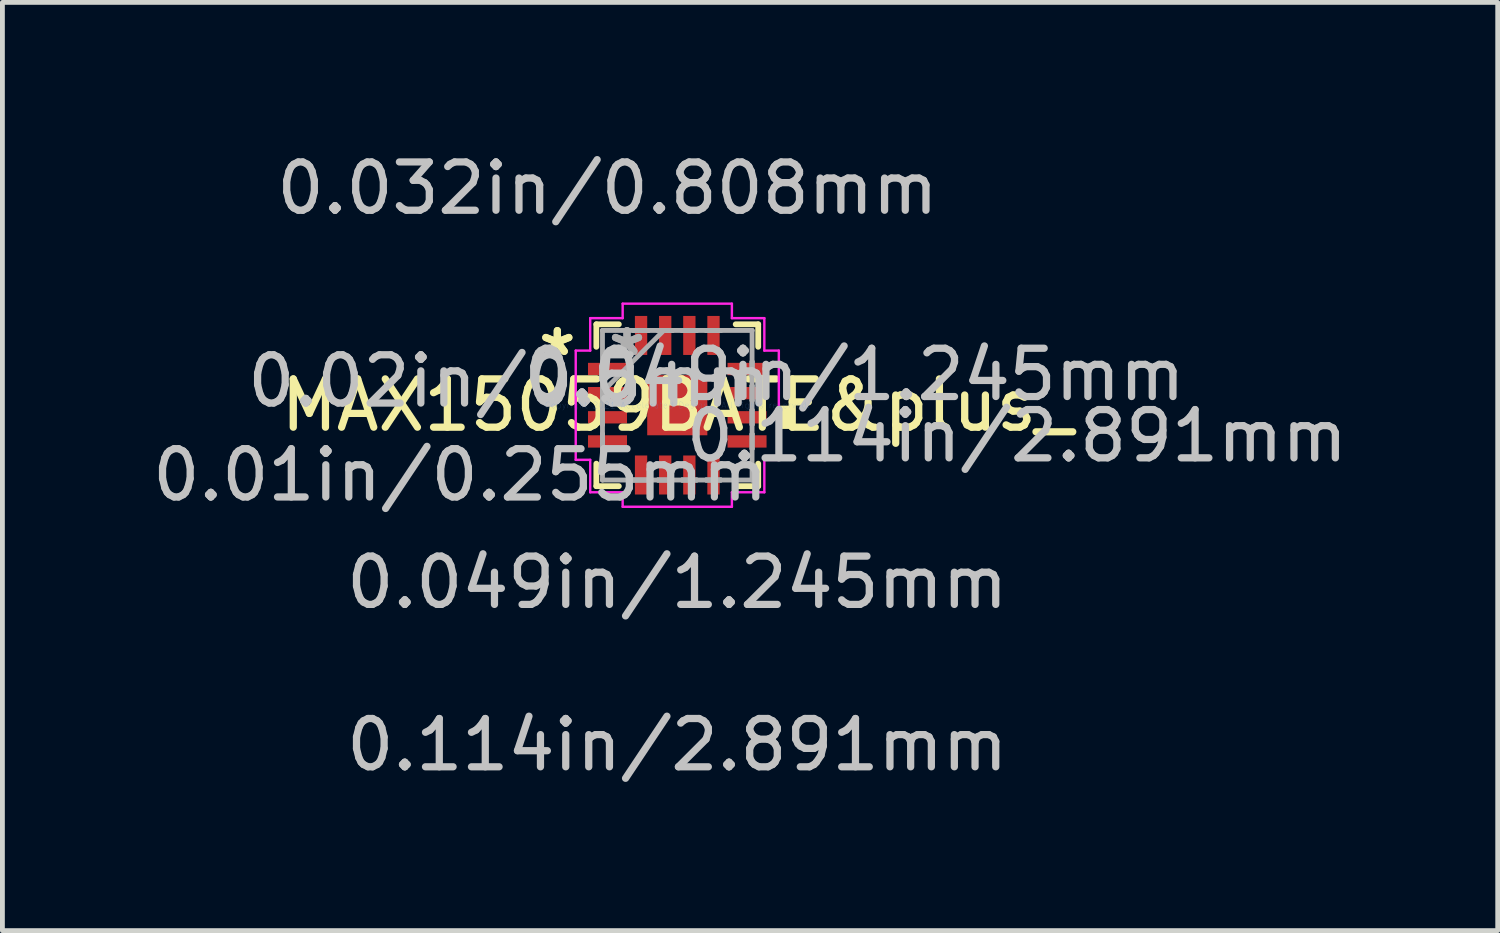
<source format=kicad_pcb>
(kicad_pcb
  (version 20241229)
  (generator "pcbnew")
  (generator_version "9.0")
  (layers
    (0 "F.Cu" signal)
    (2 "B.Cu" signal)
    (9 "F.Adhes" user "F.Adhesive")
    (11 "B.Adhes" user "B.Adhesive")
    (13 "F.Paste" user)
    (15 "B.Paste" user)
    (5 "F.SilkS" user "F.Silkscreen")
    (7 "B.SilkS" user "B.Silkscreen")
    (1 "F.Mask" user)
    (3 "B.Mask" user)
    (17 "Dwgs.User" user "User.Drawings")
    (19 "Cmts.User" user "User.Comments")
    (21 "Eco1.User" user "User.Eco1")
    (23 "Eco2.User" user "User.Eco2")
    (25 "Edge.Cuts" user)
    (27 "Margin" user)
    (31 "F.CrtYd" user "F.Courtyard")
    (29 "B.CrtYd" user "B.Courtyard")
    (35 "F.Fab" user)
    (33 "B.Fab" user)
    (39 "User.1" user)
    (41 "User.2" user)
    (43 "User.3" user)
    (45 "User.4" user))
  (footprint "MAX15059BATE&plus_"
    (layer "F.Cu")
    (at 10.976 5.342)
    (property "Reference" "MAX15059BATE&plus_" (at 0 0 0) (layer "F.SilkS") (effects (font (size 1 1) (thickness 0.15))))
    (attr through_hole)
    (fp_line (start -1.676 -1.676) (end -1.676 -1.21) (stroke (width 0.12) (type solid)) (layer "F.SilkS"))
    (fp_line (start -1.676 1.21) (end -1.676 1.676) (stroke (width 0.12) (type solid)) (layer "F.SilkS"))
    (fp_line (start -1.676 1.676) (end -1.21 1.676) (stroke (width 0.12) (type solid)) (layer "F.SilkS"))
    (fp_line (start -1.21 -1.676) (end -1.676 -1.676) (stroke (width 0.12) (type solid)) (layer "F.SilkS"))
    (fp_line (start 1.21 1.676) (end 1.676 1.676) (stroke (width 0.12) (type solid)) (layer "F.SilkS"))
    (fp_line (start 1.676 -1.676) (end 1.21 -1.676) (stroke (width 0.12) (type solid)) (layer "F.SilkS"))
    (fp_line (start 1.676 -1.21) (end 1.676 -1.676) (stroke (width 0.12) (type solid)) (layer "F.SilkS"))
    (fp_line (start 1.676 1.676) (end 1.676 1.21) (stroke (width 0.12) (type solid)) (layer "F.SilkS"))
    (fp_poly (pts (xy 2.357 0.059) (xy 2.357 0.441) (xy 2.103 0.441) (xy 2.103 0.059)) (stroke (width 0.1) (type solid)) (fill yes) (layer "F.SilkS"))
    (fp_line (start -2.103 -1.131) (end -1.803 -1.131) (stroke (width 0.05) (type solid)) (layer "F.CrtYd"))
    (fp_line (start -2.103 1.131) (end -2.103 -1.131) (stroke (width 0.05) (type solid)) (layer "F.CrtYd"))
    (fp_line (start -1.803 -1.803) (end -1.131 -1.803) (stroke (width 0.05) (type solid)) (layer "F.CrtYd"))
    (fp_line (start -1.803 -1.131) (end -1.803 -1.803) (stroke (width 0.05) (type solid)) (layer "F.CrtYd"))
    (fp_line (start -1.803 1.131) (end -2.103 1.131) (stroke (width 0.05) (type solid)) (layer "F.CrtYd"))
    (fp_line (start -1.803 1.803) (end -1.803 1.131) (stroke (width 0.05) (type solid)) (layer "F.CrtYd"))
    (fp_line (start -1.131 -2.103) (end 1.131 -2.103) (stroke (width 0.05) (type solid)) (layer "F.CrtYd"))
    (fp_line (start -1.131 -1.803) (end -1.131 -2.103) (stroke (width 0.05) (type solid)) (layer "F.CrtYd"))
    (fp_line (start -1.131 1.803) (end -1.803 1.803) (stroke (width 0.05) (type solid)) (layer "F.CrtYd"))
    (fp_line (start -1.131 2.103) (end -1.131 1.803) (stroke (width 0.05) (type solid)) (layer "F.CrtYd"))
    (fp_line (start 1.131 -2.103) (end 1.131 -1.803) (stroke (width 0.05) (type solid)) (layer "F.CrtYd"))
    (fp_line (start 1.131 -1.803) (end 1.803 -1.803) (stroke (width 0.05) (type solid)) (layer "F.CrtYd"))
    (fp_line (start 1.131 1.803) (end 1.131 2.103) (stroke (width 0.05) (type solid)) (layer "F.CrtYd"))
    (fp_line (start 1.131 2.103) (end -1.131 2.103) (stroke (width 0.05) (type solid)) (layer "F.CrtYd"))
    (fp_line (start 1.803 -1.803) (end 1.803 -1.131) (stroke (width 0.05) (type solid)) (layer "F.CrtYd"))
    (fp_line (start 1.803 -1.131) (end 2.103 -1.131) (stroke (width 0.05) (type solid)) (layer "F.CrtYd"))
    (fp_line (start 1.803 1.131) (end 1.803 1.803) (stroke (width 0.05) (type solid)) (layer "F.CrtYd"))
    (fp_line (start 1.803 1.803) (end 1.131 1.803) (stroke (width 0.05) (type solid)) (layer "F.CrtYd"))
    (fp_line (start 2.103 -1.131) (end 2.103 1.131) (stroke (width 0.05) (type solid)) (layer "F.CrtYd"))
    (fp_line (start 2.103 1.131) (end 1.803 1.131) (stroke (width 0.05) (type solid)) (layer "F.CrtYd"))
    (fp_line (start -1.549 -1.549) (end -1.549 -1.549) (stroke (width 0.1) (type solid)) (layer "F.Fab"))
    (fp_line (start -1.549 -1.549) (end -1.549 1.549) (stroke (width 0.1) (type solid)) (layer "F.Fab"))
    (fp_line (start -1.549 -0.902) (end -1.549 -0.902) (stroke (width 0.1) (type solid)) (layer "F.Fab"))
    (fp_line (start -1.549 -0.902) (end -1.549 -0.598) (stroke (width 0.1) (type solid)) (layer "F.Fab"))
    (fp_line (start -1.549 -0.598) (end -1.549 -0.902) (stroke (width 0.1) (type solid)) (layer "F.Fab"))
    (fp_line (start -1.549 -0.598) (end -1.549 -0.598) (stroke (width 0.1) (type solid)) (layer "F.Fab"))
    (fp_line (start -1.549 -0.402) (end -1.549 -0.402) (stroke (width 0.1) (type solid)) (layer "F.Fab"))
    (fp_line (start -1.549 -0.402) (end -1.549 -0.098) (stroke (width 0.1) (type solid)) (layer "F.Fab"))
    (fp_line (start -1.549 -0.279) (end -0.279 -1.549) (stroke (width 0.1) (type solid)) (layer "F.Fab"))
    (fp_line (start -1.549 -0.098) (end -1.549 -0.402) (stroke (width 0.1) (type solid)) (layer "F.Fab"))
    (fp_line (start -1.549 -0.098) (end -1.549 -0.098) (stroke (width 0.1) (type solid)) (layer "F.Fab"))
    (fp_line (start -1.549 0.098) (end -1.549 0.098) (stroke (width 0.1) (type solid)) (layer "F.Fab"))
    (fp_line (start -1.549 0.098) (end -1.549 0.402) (stroke (width 0.1) (type solid)) (layer "F.Fab"))
    (fp_line (start -1.549 0.402) (end -1.549 0.098) (stroke (width 0.1) (type solid)) (layer "F.Fab"))
    (fp_line (start -1.549 0.402) (end -1.549 0.402) (stroke (width 0.1) (type solid)) (layer "F.Fab"))
    (fp_line (start -1.549 0.598) (end -1.549 0.598) (stroke (width 0.1) (type solid)) (layer "F.Fab"))
    (fp_line (start -1.549 0.598) (end -1.549 0.902) (stroke (width 0.1) (type solid)) (layer "F.Fab"))
    (fp_line (start -1.549 0.902) (end -1.549 0.598) (stroke (width 0.1) (type solid)) (layer "F.Fab"))
    (fp_line (start -1.549 0.902) (end -1.549 0.902) (stroke (width 0.1) (type solid)) (layer "F.Fab"))
    (fp_line (start -1.549 1.549) (end -1.549 1.549) (stroke (width 0.1) (type solid)) (layer "F.Fab"))
    (fp_line (start -1.549 1.549) (end 1.549 1.549) (stroke (width 0.1) (type solid)) (layer "F.Fab"))
    (fp_line (start -0.902 -1.549) (end -0.902 -1.549) (stroke (width 0.1) (type solid)) (layer "F.Fab"))
    (fp_line (start -0.902 -1.549) (end -0.598 -1.549) (stroke (width 0.1) (type solid)) (layer "F.Fab"))
    (fp_line (start -0.902 1.549) (end -0.902 1.549) (stroke (width 0.1) (type solid)) (layer "F.Fab"))
    (fp_line (start -0.902 1.549) (end -0.598 1.549) (stroke (width 0.1) (type solid)) (layer "F.Fab"))
    (fp_line (start -0.598 -1.549) (end -0.902 -1.549) (stroke (width 0.1) (type solid)) (layer "F.Fab"))
    (fp_line (start -0.598 -1.549) (end -0.598 -1.549) (stroke (width 0.1) (type solid)) (layer "F.Fab"))
    (fp_line (start -0.598 1.549) (end -0.902 1.549) (stroke (width 0.1) (type solid)) (layer "F.Fab"))
    (fp_line (start -0.598 1.549) (end -0.598 1.549) (stroke (width 0.1) (type solid)) (layer "F.Fab"))
    (fp_line (start -0.402 -1.549) (end -0.402 -1.549) (stroke (width 0.1) (type solid)) (layer "F.Fab"))
    (fp_line (start -0.402 -1.549) (end -0.098 -1.549) (stroke (width 0.1) (type solid)) (layer "F.Fab"))
    (fp_line (start -0.402 1.549) (end -0.402 1.549) (stroke (width 0.1) (type solid)) (layer "F.Fab"))
    (fp_line (start -0.402 1.549) (end -0.098 1.549) (stroke (width 0.1) (type solid)) (layer "F.Fab"))
    (fp_line (start -0.098 -1.549) (end -0.402 -1.549) (stroke (width 0.1) (type solid)) (layer "F.Fab"))
    (fp_line (start -0.098 -1.549) (end -0.098 -1.549) (stroke (width 0.1) (type solid)) (layer "F.Fab"))
    (fp_line (start -0.098 1.549) (end -0.402 1.549) (stroke (width 0.1) (type solid)) (layer "F.Fab"))
    (fp_line (start -0.098 1.549) (end -0.098 1.549) (stroke (width 0.1) (type solid)) (layer "F.Fab"))
    (fp_line (start 0.098 -1.549) (end 0.098 -1.549) (stroke (width 0.1) (type solid)) (layer "F.Fab"))
    (fp_line (start 0.098 -1.549) (end 0.402 -1.549) (stroke (width 0.1) (type solid)) (layer "F.Fab"))
    (fp_line (start 0.098 1.549) (end 0.098 1.549) (stroke (width 0.1) (type solid)) (layer "F.Fab"))
    (fp_line (start 0.098 1.549) (end 0.402 1.549) (stroke (width 0.1) (type solid)) (layer "F.Fab"))
    (fp_line (start 0.402 -1.549) (end 0.098 -1.549) (stroke (width 0.1) (type solid)) (layer "F.Fab"))
    (fp_line (start 0.402 -1.549) (end 0.402 -1.549) (stroke (width 0.1) (type solid)) (layer "F.Fab"))
    (fp_line (start 0.402 1.549) (end 0.098 1.549) (stroke (width 0.1) (type solid)) (layer "F.Fab"))
    (fp_line (start 0.402 1.549) (end 0.402 1.549) (stroke (width 0.1) (type solid)) (layer "F.Fab"))
    (fp_line (start 0.598 -1.549) (end 0.598 -1.549) (stroke (width 0.1) (type solid)) (layer "F.Fab"))
    (fp_line (start 0.598 -1.549) (end 0.902 -1.549) (stroke (width 0.1) (type solid)) (layer "F.Fab"))
    (fp_line (start 0.598 1.549) (end 0.598 1.549) (stroke (width 0.1) (type solid)) (layer "F.Fab"))
    (fp_line (start 0.598 1.549) (end 0.902 1.549) (stroke (width 0.1) (type solid)) (layer "F.Fab"))
    (fp_line (start 0.902 -1.549) (end 0.598 -1.549) (stroke (width 0.1) (type solid)) (layer "F.Fab"))
    (fp_line (start 0.902 -1.549) (end 0.902 -1.549) (stroke (width 0.1) (type solid)) (layer "F.Fab"))
    (fp_line (start 0.902 1.549) (end 0.598 1.549) (stroke (width 0.1) (type solid)) (layer "F.Fab"))
    (fp_line (start 0.902 1.549) (end 0.902 1.549) (stroke (width 0.1) (type solid)) (layer "F.Fab"))
    (fp_line (start 1.549 -1.549) (end -1.549 -1.549) (stroke (width 0.1) (type solid)) (layer "F.Fab"))
    (fp_line (start 1.549 -1.549) (end 1.549 -1.549) (stroke (width 0.1) (type solid)) (layer "F.Fab"))
    (fp_line (start 1.549 -0.902) (end 1.549 -0.902) (stroke (width 0.1) (type solid)) (layer "F.Fab"))
    (fp_line (start 1.549 -0.902) (end 1.549 -0.598) (stroke (width 0.1) (type solid)) (layer "F.Fab"))
    (fp_line (start 1.549 -0.598) (end 1.549 -0.902) (stroke (width 0.1) (type solid)) (layer "F.Fab"))
    (fp_line (start 1.549 -0.598) (end 1.549 -0.598) (stroke (width 0.1) (type solid)) (layer "F.Fab"))
    (fp_line (start 1.549 -0.402) (end 1.549 -0.402) (stroke (width 0.1) (type solid)) (layer "F.Fab"))
    (fp_line (start 1.549 -0.402) (end 1.549 -0.098) (stroke (width 0.1) (type solid)) (layer "F.Fab"))
    (fp_line (start 1.549 -0.098) (end 1.549 -0.402) (stroke (width 0.1) (type solid)) (layer "F.Fab"))
    (fp_line (start 1.549 -0.098) (end 1.549 -0.098) (stroke (width 0.1) (type solid)) (layer "F.Fab"))
    (fp_line (start 1.549 0.098) (end 1.549 0.098) (stroke (width 0.1) (type solid)) (layer "F.Fab"))
    (fp_line (start 1.549 0.098) (end 1.549 0.402) (stroke (width 0.1) (type solid)) (layer "F.Fab"))
    (fp_line (start 1.549 0.402) (end 1.549 0.098) (stroke (width 0.1) (type solid)) (layer "F.Fab"))
    (fp_line (start 1.549 0.402) (end 1.549 0.402) (stroke (width 0.1) (type solid)) (layer "F.Fab"))
    (fp_line (start 1.549 0.598) (end 1.549 0.598) (stroke (width 0.1) (type solid)) (layer "F.Fab"))
    (fp_line (start 1.549 0.598) (end 1.549 0.902) (stroke (width 0.1) (type solid)) (layer "F.Fab"))
    (fp_line (start 1.549 0.902) (end 1.549 0.598) (stroke (width 0.1) (type solid)) (layer "F.Fab"))
    (fp_line (start 1.549 0.902) (end 1.549 0.902) (stroke (width 0.1) (type solid)) (layer "F.Fab"))
    (fp_line (start 1.549 1.549) (end 1.549 -1.549) (stroke (width 0.1) (type solid)) (layer "F.Fab"))
    (fp_line (start 1.549 1.549) (end 1.549 1.549) (stroke (width 0.1) (type solid)) (layer "F.Fab"))
    (fp_text user "*" (at -2.484 -1 0) (layer "F.SilkS") (effects (font (size 1 1) (thickness 0.15))))
    (fp_text user "*" (at -2.484 -1 0) (layer "F.SilkS") (effects (font (size 1 1) (thickness 0.15))))
    (fp_text user "0.049in/1.245mm" (at 3.67 -0.635 0) (layer "Dwgs.User") (effects (font (size 1 1) (thickness 0.15))))
    (fp_text user "0.01in/0.255mm" (at -4.493 1.445 0) (layer "Dwgs.User") (effects (font (size 1 1) (thickness 0.15))))
    (fp_text user "0.02in/0.5mm" (at -3.477 -0.5 0) (layer "Dwgs.User") (effects (font (size 1 1) (thickness 0.15))))
    (fp_text user "0.114in/2.891mm" (at 0 7.033 0) (layer "Dwgs.User") (effects (font (size 1 1) (thickness 0.15))))
    (fp_text user "0.049in/1.245mm" (at 0 3.67 0) (layer "Dwgs.User") (effects (font (size 1 1) (thickness 0.15))))
    (fp_text user "0.114in/2.891mm" (at 7.033 0.635 0) (layer "Dwgs.User") (effects (font (size 1 1) (thickness 0.15))))
    (fp_text user "0.032in/0.808mm" (at -1.445 -4.493 0) (layer "Dwgs.User") (effects (font (size 1 1) (thickness 0.15))))
    (fp_text user "Copyright 2021 Accelerated Designs. All rights reserved." (at 0 0 0) (layer "Cmts.User") (effects (font (size 0.127 0.127) (thickness 0.002))))
    (fp_text user "*" (at -1.041 -1 0) (layer "F.Fab") (effects (font (size 1 1) (thickness 0.15))))
    (fp_text user "*" (at -1.041 -1 0) (layer "F.Fab") (effects (font (size 1 1) (thickness 0.15))))
    (pad "1" smd rect (at -1.445 -0.75 90) (size 0.255 0.808) (layers "F.Cu" "F.Mask" "F.Paste"))
    (pad "2" smd rect (at -1.445 -0.25 90) (size 0.255 0.808) (layers "F.Cu" "F.Mask" "F.Paste"))
    (pad "3" smd rect (at -1.445 0.25 90) (size 0.255 0.808) (layers "F.Cu" "F.Mask" "F.Paste"))
    (pad "4" smd rect (at -1.445 0.75 90) (size 0.255 0.808) (layers "F.Cu" "F.Mask" "F.Paste"))
    (pad "5" smd rect (at -0.75 1.445) (size 0.255 0.808) (layers "F.Cu" "F.Mask" "F.Paste"))
    (pad "6" smd rect (at -0.25 1.445) (size 0.255 0.808) (layers "F.Cu" "F.Mask" "F.Paste"))
    (pad "7" smd rect (at 0.25 1.445) (size 0.255 0.808) (layers "F.Cu" "F.Mask" "F.Paste"))
    (pad "8" smd rect (at 0.75 1.445) (size 0.255 0.808) (layers "F.Cu" "F.Mask" "F.Paste"))
    (pad "9" smd rect (at 1.445 0.75 90) (size 0.255 0.808) (layers "F.Cu" "F.Mask" "F.Paste"))
    (pad "10" smd rect (at 1.445 0.25 90) (size 0.255 0.808) (layers "F.Cu" "F.Mask" "F.Paste"))
    (pad "11" smd rect (at 1.445 -0.25 90) (size 0.255 0.808) (layers "F.Cu" "F.Mask" "F.Paste"))
    (pad "12" smd rect (at 1.445 -0.75 90) (size 0.255 0.808) (layers "F.Cu" "F.Mask" "F.Paste"))
    (pad "13" smd rect (at 0.75 -1.445) (size 0.255 0.808) (layers "F.Cu" "F.Mask" "F.Paste"))
    (pad "14" smd rect (at 0.25 -1.445) (size 0.255 0.808) (layers "F.Cu" "F.Mask" "F.Paste"))
    (pad "15" smd rect (at -0.25 -1.445) (size 0.255 0.808) (layers "F.Cu" "F.Mask" "F.Paste"))
    (pad "16" smd rect (at -0.75 -1.445) (size 0.255 0.808) (layers "F.Cu" "F.Mask" "F.Paste"))
    (pad "17" smd rect (at 0 0) (size 1.245 1.245) (layers "F.Cu" "F.Mask" "F.Paste")))
  (gr_rect
    (start -3 -3)
    (end 27.967 16.223)
    (stroke (width 0.1) (type default))
    (fill no)
    (layer "Edge.Cuts")))
</source>
